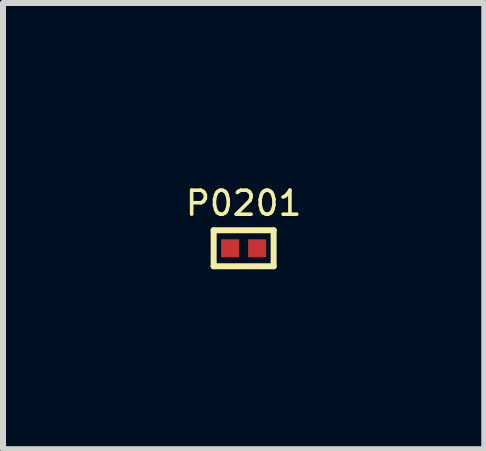
<source format=kicad_pcb>
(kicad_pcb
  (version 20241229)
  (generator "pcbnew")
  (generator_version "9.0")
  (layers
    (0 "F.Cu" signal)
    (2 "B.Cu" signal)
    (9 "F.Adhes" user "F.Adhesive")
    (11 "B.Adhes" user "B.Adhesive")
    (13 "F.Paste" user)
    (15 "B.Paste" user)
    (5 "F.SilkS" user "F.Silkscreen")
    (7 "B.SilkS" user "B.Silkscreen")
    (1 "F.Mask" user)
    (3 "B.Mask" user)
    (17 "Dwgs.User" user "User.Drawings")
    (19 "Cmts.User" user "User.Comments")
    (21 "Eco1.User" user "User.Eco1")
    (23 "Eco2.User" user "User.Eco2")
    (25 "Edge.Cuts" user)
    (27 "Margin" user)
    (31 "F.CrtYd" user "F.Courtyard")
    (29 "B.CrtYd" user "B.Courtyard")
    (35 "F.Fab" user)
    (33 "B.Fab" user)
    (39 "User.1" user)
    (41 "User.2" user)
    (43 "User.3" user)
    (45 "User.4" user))
  (footprint "P0201"
    (layer "F.Cu")
    (at 1.012 1.089)
    (property "Reference" "P0201" (at 0 -0.75 0) (layer "F.SilkS") (effects (font (size 0.4 0.4) (thickness 0.06))))
    (attr smd)
    (fp_line (start -0.5 -0.3) (end 0.5 -0.3) (stroke (width 0.1) (type solid)) (layer "F.SilkS"))
    (fp_line (start -0.5 0.3) (end -0.5 -0.3) (stroke (width 0.1) (type solid)) (layer "F.SilkS"))
    (fp_line (start 0.5 -0.3) (end 0.5 0.3) (stroke (width 0.1) (type solid)) (layer "F.SilkS"))
    (fp_line (start 0.5 0.3) (end -0.5 0.3) (stroke (width 0.1) (type solid)) (layer "F.SilkS"))
    (pad "1" smd rect (at -0.225 0) (size 0.3 0.3) (layers "F.Cu" "F.Mask" "F.Paste"))
    (pad "2" smd rect (at 0.225 0) (size 0.3 0.3) (layers "F.Cu" "F.Mask" "F.Paste")))
  (gr_rect
    (start -3 -3)
    (end 5.024 4.439)
    (stroke (width 0.1) (type default))
    (fill no)
    (layer "Edge.Cuts")))
</source>
